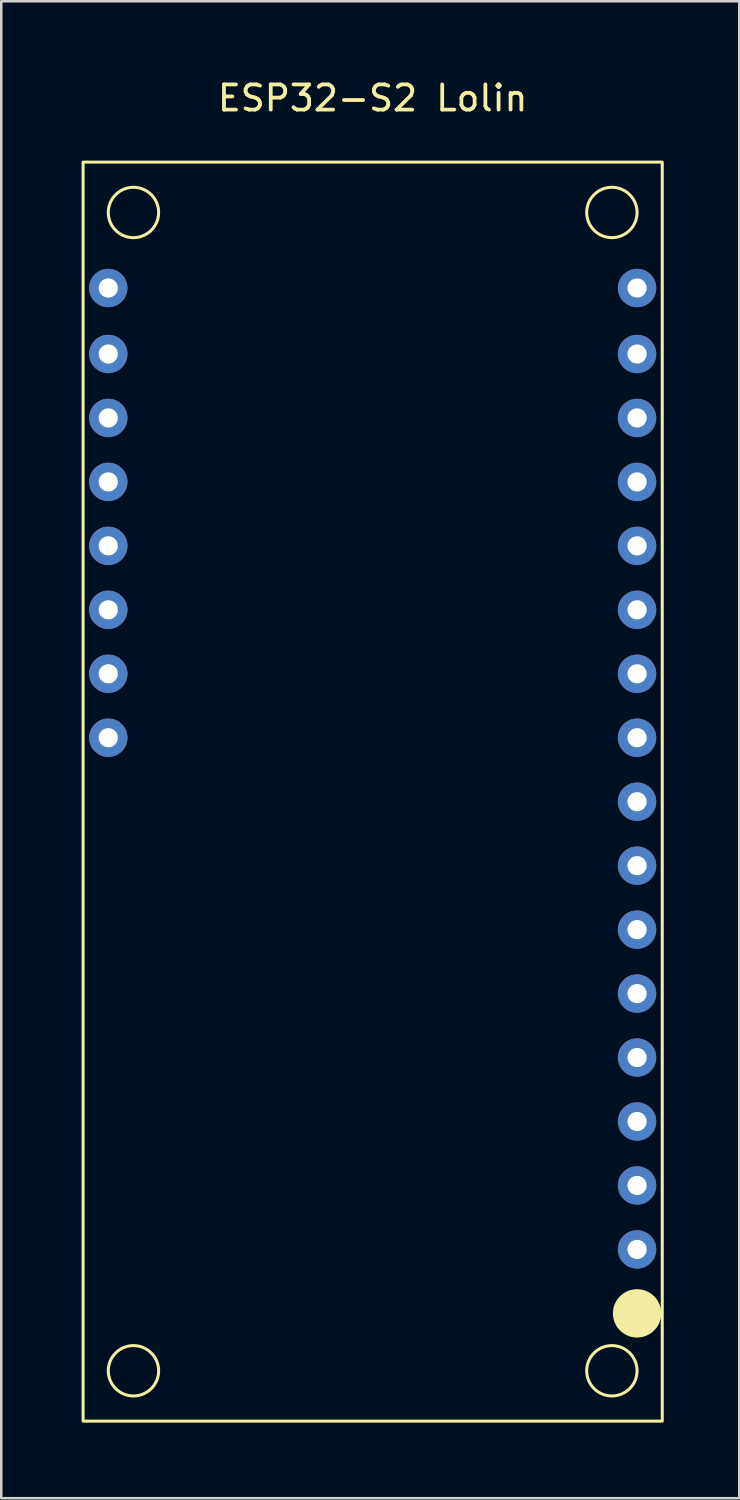
<source format=kicad_pcb>
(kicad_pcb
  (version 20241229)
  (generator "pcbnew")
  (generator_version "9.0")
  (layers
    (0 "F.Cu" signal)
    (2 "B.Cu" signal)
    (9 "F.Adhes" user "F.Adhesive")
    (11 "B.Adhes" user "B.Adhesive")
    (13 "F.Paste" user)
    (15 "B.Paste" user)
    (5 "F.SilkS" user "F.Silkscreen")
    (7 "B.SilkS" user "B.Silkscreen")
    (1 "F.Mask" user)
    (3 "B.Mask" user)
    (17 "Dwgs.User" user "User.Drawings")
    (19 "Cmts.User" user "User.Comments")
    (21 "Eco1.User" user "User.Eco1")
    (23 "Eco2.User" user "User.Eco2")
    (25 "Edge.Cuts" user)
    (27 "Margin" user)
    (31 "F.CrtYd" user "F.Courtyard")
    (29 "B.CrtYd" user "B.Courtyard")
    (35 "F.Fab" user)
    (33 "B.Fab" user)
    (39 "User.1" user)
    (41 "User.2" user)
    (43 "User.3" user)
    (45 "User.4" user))
  (footprint "ESP32-S2 Lolin"
    (layer "F.Cu")
    (at 0.25 3.388)
    (property "Reference" "ESP32-S2 Lolin" (at 11.5 -2.54 0) (unlocked yes) (layer "F.SilkS") (effects (font (size 1 1) (thickness 0.15))))
    (attr through_hole)
    (fp_rect (start 0 0) (end 23 50) (stroke (width 0.12) (type solid)) (fill no) (layer "F.SilkS"))
    (fp_circle (center 2 2) (end 3 2) (stroke (width 0.12) (type solid)) (fill no) (layer "F.SilkS"))
    (fp_circle (center 2 48) (end 3 48) (stroke (width 0.12) (type solid)) (fill no) (layer "F.SilkS"))
    (fp_circle (center 21 2) (end 22 2) (stroke (width 0.12) (type solid)) (fill no) (layer "F.SilkS"))
    (fp_circle (center 21 48) (end 22 48) (stroke (width 0.12) (type solid)) (fill no) (layer "F.SilkS"))
    (fp_circle (center 22 45.72) (end 22.9 45.72) (stroke (width 0.12) (type solid)) (fill yes) (layer "F.SilkS"))
    (pad "1" thru_hole circle (at 1 5) (size 1.524 1.524) (drill 0.762) (layers "*.Cu" "*.Mask"))
    (pad "2" thru_hole circle (at 1 7.62) (size 1.524 1.524) (drill 0.762) (layers "*.Cu" "*.Mask"))
    (pad "3" thru_hole circle (at 1 10.16) (size 1.524 1.524) (drill 0.762) (layers "*.Cu" "*.Mask"))
    (pad "3V3" thru_hole circle (at 1 22.86) (size 1.524 1.524) (drill 0.762) (layers "*.Cu" "*.Mask"))
    (pad "4" thru_hole circle (at 1 12.7) (size 1.524 1.524) (drill 0.762) (layers "*.Cu" "*.Mask"))
    (pad "5" thru_hole circle (at 1 15.24) (size 1.524 1.524) (drill 0.762) (layers "*.Cu" "*.Mask"))
    (pad "6" thru_hole circle (at 1 17.78) (size 1.524 1.524) (drill 0.762) (layers "*.Cu" "*.Mask"))
    (pad "7" thru_hole circle (at 1 20.32) (size 1.524 1.524) (drill 0.762) (layers "*.Cu" "*.Mask"))
    (pad "11" thru_hole circle (at 22 38.1) (size 1.524 1.524) (drill 0.762) (layers "*.Cu" "*.Mask"))
    (pad "12" thru_hole circle (at 22 35.56) (size 1.524 1.524) (drill 0.762) (layers "*.Cu" "*.Mask"))
    (pad "13" thru_hole circle (at 22 33.02) (size 1.524 1.524) (drill 0.762) (layers "*.Cu" "*.Mask"))
    (pad "14" thru_hole circle (at 22 30.48) (size 1.524 1.524) (drill 0.762) (layers "*.Cu" "*.Mask"))
    (pad "15" thru_hole circle (at 22 27.94) (size 1.524 1.524) (drill 0.762) (layers "*.Cu" "*.Mask"))
    (pad "16" thru_hole circle (at 22 25.4) (size 1.524 1.524) (drill 0.762) (layers "*.Cu" "*.Mask"))
    (pad "17" thru_hole circle (at 22 22.86) (size 1.524 1.524) (drill 0.762) (layers "*.Cu" "*.Mask"))
    (pad "21" thru_hole circle (at 22 20.32) (size 1.524 1.524) (drill 0.762) (layers "*.Cu" "*.Mask"))
    (pad "33" thru_hole circle (at 22 17.78) (size 1.524 1.524) (drill 0.762) (layers "*.Cu" "*.Mask"))
    (pad "34" thru_hole circle (at 22 15.24) (size 1.524 1.524) (drill 0.762) (layers "*.Cu" "*.Mask"))
    (pad "35" thru_hole circle (at 22 12.7) (size 1.524 1.524) (drill 0.762) (layers "*.Cu" "*.Mask"))
    (pad "36" thru_hole circle (at 22 10.16) (size 1.524 1.524) (drill 0.762) (layers "*.Cu" "*.Mask"))
    (pad "37" thru_hole circle (at 22 7.62) (size 1.524 1.524) (drill 0.762) (layers "*.Cu" "*.Mask"))
    (pad "38" thru_hole circle (at 22 5) (size 1.524 1.524) (drill 0.762) (layers "*.Cu" "*.Mask"))
    (pad "GND" thru_hole circle (at 22 43.18) (size 1.524 1.524) (drill 0.762) (layers "*.Cu" "*.Mask"))
    (pad "VBUS" thru_hole circle (at 22 40.64) (size 1.524 1.524) (drill 0.762) (layers "*.Cu" "*.Mask")))
  (gr_rect
    (start -3 -3)
    (end 26.31 56.448)
    (stroke (width 0.1) (type default))
    (fill no)
    (layer "Edge.Cuts")))
</source>
